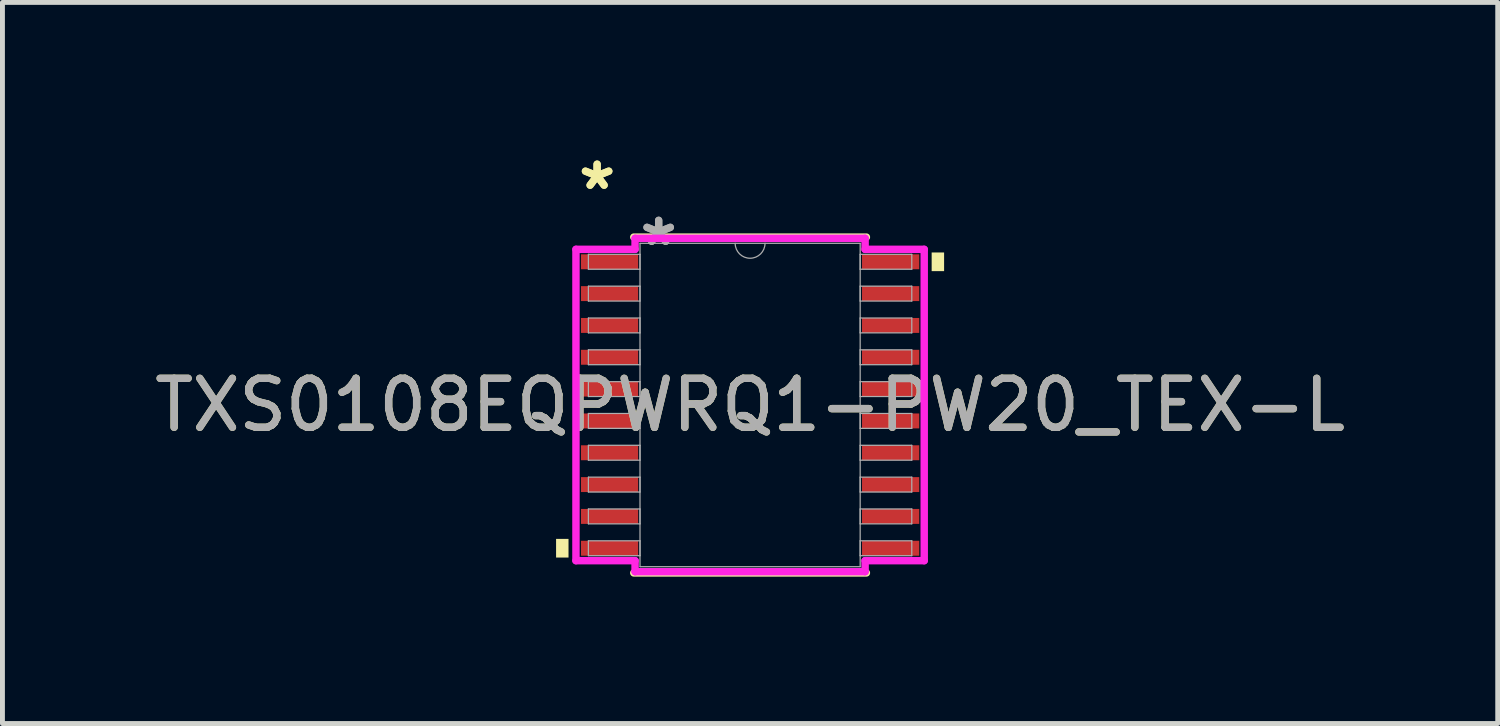
<source format=kicad_pcb>
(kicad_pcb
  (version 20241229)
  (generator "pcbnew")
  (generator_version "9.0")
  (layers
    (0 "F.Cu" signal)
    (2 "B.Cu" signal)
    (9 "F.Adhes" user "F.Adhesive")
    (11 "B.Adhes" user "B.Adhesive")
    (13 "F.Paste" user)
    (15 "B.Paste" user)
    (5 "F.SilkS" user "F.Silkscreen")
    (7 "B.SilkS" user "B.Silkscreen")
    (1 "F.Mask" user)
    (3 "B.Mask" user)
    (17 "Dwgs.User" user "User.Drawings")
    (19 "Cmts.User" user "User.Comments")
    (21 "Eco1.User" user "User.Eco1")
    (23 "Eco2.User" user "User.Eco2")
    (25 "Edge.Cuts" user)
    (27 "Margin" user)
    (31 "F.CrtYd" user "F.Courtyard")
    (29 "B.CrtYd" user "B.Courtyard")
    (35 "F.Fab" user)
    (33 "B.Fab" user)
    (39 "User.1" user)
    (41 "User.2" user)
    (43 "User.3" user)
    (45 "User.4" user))
  (footprint "TXS0108EQPWRQ1-PW20_TEX-L"
    (layer "F.Cu")
    (at 12.268 5.221)
    (property "Reference" "TXS0108EQPWRQ1-PW20_TEX-L" (at 0 0 0) (unlocked yes) (layer "F.SilkS") (effects (font (size 1 1) (thickness 0.15))))
    (attr smd)
    (fp_line (start -2.375 3.429) (end 2.375 3.429) (stroke (width 0.152) (type solid)) (layer "F.SilkS"))
    (fp_line (start 2.375 -3.429) (end -2.375 -3.429) (stroke (width 0.152) (type solid)) (layer "F.SilkS"))
    (fp_poly (pts (xy -3.962 2.734) (xy -3.962 3.115) (xy -3.708 3.115) (xy -3.708 2.734)) (stroke (width 0) (type solid)) (fill yes) (layer "F.SilkS"))
    (fp_poly (pts (xy 3.962 -3.115) (xy 3.962 -2.734) (xy 3.708 -2.734) (xy 3.708 -3.115)) (stroke (width 0) (type solid)) (fill yes) (layer "F.SilkS"))
    (fp_line (start -3.556 -3.179) (end -2.349 -3.179) (stroke (width 0.152) (type solid)) (layer "F.CrtYd"))
    (fp_line (start -3.556 3.179) (end -3.556 -3.179) (stroke (width 0.152) (type solid)) (layer "F.CrtYd"))
    (fp_line (start -3.556 3.179) (end -2.349 3.179) (stroke (width 0.152) (type solid)) (layer "F.CrtYd"))
    (fp_line (start -2.349 -3.404) (end 2.349 -3.404) (stroke (width 0.152) (type solid)) (layer "F.CrtYd"))
    (fp_line (start -2.349 -3.179) (end -2.349 -3.404) (stroke (width 0.152) (type solid)) (layer "F.CrtYd"))
    (fp_line (start -2.349 3.404) (end -2.349 3.179) (stroke (width 0.152) (type solid)) (layer "F.CrtYd"))
    (fp_line (start 2.349 -3.404) (end 2.349 -3.179) (stroke (width 0.152) (type solid)) (layer "F.CrtYd"))
    (fp_line (start 2.349 3.179) (end 2.349 3.404) (stroke (width 0.152) (type solid)) (layer "F.CrtYd"))
    (fp_line (start 2.349 3.404) (end -2.349 3.404) (stroke (width 0.152) (type solid)) (layer "F.CrtYd"))
    (fp_line (start 3.556 -3.179) (end 2.349 -3.179) (stroke (width 0.152) (type solid)) (layer "F.CrtYd"))
    (fp_line (start 3.556 -3.179) (end 3.556 3.179) (stroke (width 0.152) (type solid)) (layer "F.CrtYd"))
    (fp_line (start 3.556 3.179) (end 2.349 3.179) (stroke (width 0.152) (type solid)) (layer "F.CrtYd"))
    (fp_line (start -3.302 -3.077) (end -3.302 -2.773) (stroke (width 0.025) (type solid)) (layer "F.Fab"))
    (fp_line (start -3.302 -2.773) (end -2.248 -2.773) (stroke (width 0.025) (type solid)) (layer "F.Fab"))
    (fp_line (start -3.302 -2.427) (end -3.302 -2.123) (stroke (width 0.025) (type solid)) (layer "F.Fab"))
    (fp_line (start -3.302 -2.123) (end -2.248 -2.123) (stroke (width 0.025) (type solid)) (layer "F.Fab"))
    (fp_line (start -3.302 -1.777) (end -3.302 -1.473) (stroke (width 0.025) (type solid)) (layer "F.Fab"))
    (fp_line (start -3.302 -1.473) (end -2.248 -1.473) (stroke (width 0.025) (type solid)) (layer "F.Fab"))
    (fp_line (start -3.302 -1.127) (end -3.302 -0.823) (stroke (width 0.025) (type solid)) (layer "F.Fab"))
    (fp_line (start -3.302 -0.823) (end -2.248 -0.823) (stroke (width 0.025) (type solid)) (layer "F.Fab"))
    (fp_line (start -3.302 -0.477) (end -3.302 -0.173) (stroke (width 0.025) (type solid)) (layer "F.Fab"))
    (fp_line (start -3.302 -0.173) (end -2.248 -0.173) (stroke (width 0.025) (type solid)) (layer "F.Fab"))
    (fp_line (start -3.302 0.173) (end -3.302 0.477) (stroke (width 0.025) (type solid)) (layer "F.Fab"))
    (fp_line (start -3.302 0.477) (end -2.248 0.477) (stroke (width 0.025) (type solid)) (layer "F.Fab"))
    (fp_line (start -3.302 0.823) (end -3.302 1.127) (stroke (width 0.025) (type solid)) (layer "F.Fab"))
    (fp_line (start -3.302 1.127) (end -2.248 1.127) (stroke (width 0.025) (type solid)) (layer "F.Fab"))
    (fp_line (start -3.302 1.473) (end -3.302 1.777) (stroke (width 0.025) (type solid)) (layer "F.Fab"))
    (fp_line (start -3.302 1.777) (end -2.248 1.777) (stroke (width 0.025) (type solid)) (layer "F.Fab"))
    (fp_line (start -3.302 2.123) (end -3.302 2.427) (stroke (width 0.025) (type solid)) (layer "F.Fab"))
    (fp_line (start -3.302 2.427) (end -2.248 2.427) (stroke (width 0.025) (type solid)) (layer "F.Fab"))
    (fp_line (start -3.302 2.773) (end -3.302 3.077) (stroke (width 0.025) (type solid)) (layer "F.Fab"))
    (fp_line (start -3.302 3.077) (end -2.248 3.077) (stroke (width 0.025) (type solid)) (layer "F.Fab"))
    (fp_line (start -2.248 -3.302) (end -2.248 3.302) (stroke (width 0.025) (type solid)) (layer "F.Fab"))
    (fp_line (start -2.248 -3.077) (end -3.302 -3.077) (stroke (width 0.025) (type solid)) (layer "F.Fab"))
    (fp_line (start -2.248 -2.773) (end -2.248 -3.077) (stroke (width 0.025) (type solid)) (layer "F.Fab"))
    (fp_line (start -2.248 -2.427) (end -3.302 -2.427) (stroke (width 0.025) (type solid)) (layer "F.Fab"))
    (fp_line (start -2.248 -2.123) (end -2.248 -2.427) (stroke (width 0.025) (type solid)) (layer "F.Fab"))
    (fp_line (start -2.248 -1.777) (end -3.302 -1.777) (stroke (width 0.025) (type solid)) (layer "F.Fab"))
    (fp_line (start -2.248 -1.473) (end -2.248 -1.777) (stroke (width 0.025) (type solid)) (layer "F.Fab"))
    (fp_line (start -2.248 -1.127) (end -3.302 -1.127) (stroke (width 0.025) (type solid)) (layer "F.Fab"))
    (fp_line (start -2.248 -0.823) (end -2.248 -1.127) (stroke (width 0.025) (type solid)) (layer "F.Fab"))
    (fp_line (start -2.248 -0.477) (end -3.302 -0.477) (stroke (width 0.025) (type solid)) (layer "F.Fab"))
    (fp_line (start -2.248 -0.173) (end -2.248 -0.477) (stroke (width 0.025) (type solid)) (layer "F.Fab"))
    (fp_line (start -2.248 0.173) (end -3.302 0.173) (stroke (width 0.025) (type solid)) (layer "F.Fab"))
    (fp_line (start -2.248 0.477) (end -2.248 0.173) (stroke (width 0.025) (type solid)) (layer "F.Fab"))
    (fp_line (start -2.248 0.823) (end -3.302 0.823) (stroke (width 0.025) (type solid)) (layer "F.Fab"))
    (fp_line (start -2.248 1.127) (end -2.248 0.823) (stroke (width 0.025) (type solid)) (layer "F.Fab"))
    (fp_line (start -2.248 1.473) (end -3.302 1.473) (stroke (width 0.025) (type solid)) (layer "F.Fab"))
    (fp_line (start -2.248 1.777) (end -2.248 1.473) (stroke (width 0.025) (type solid)) (layer "F.Fab"))
    (fp_line (start -2.248 2.123) (end -3.302 2.123) (stroke (width 0.025) (type solid)) (layer "F.Fab"))
    (fp_line (start -2.248 2.427) (end -2.248 2.123) (stroke (width 0.025) (type solid)) (layer "F.Fab"))
    (fp_line (start -2.248 2.773) (end -3.302 2.773) (stroke (width 0.025) (type solid)) (layer "F.Fab"))
    (fp_line (start -2.248 3.077) (end -2.248 2.773) (stroke (width 0.025) (type solid)) (layer "F.Fab"))
    (fp_line (start -2.248 3.302) (end 2.248 3.302) (stroke (width 0.025) (type solid)) (layer "F.Fab"))
    (fp_line (start 2.248 -3.302) (end -2.248 -3.302) (stroke (width 0.025) (type solid)) (layer "F.Fab"))
    (fp_line (start 2.248 -3.077) (end 2.248 -2.773) (stroke (width 0.025) (type solid)) (layer "F.Fab"))
    (fp_line (start 2.248 -2.773) (end 3.302 -2.773) (stroke (width 0.025) (type solid)) (layer "F.Fab"))
    (fp_line (start 2.248 -2.427) (end 2.248 -2.123) (stroke (width 0.025) (type solid)) (layer "F.Fab"))
    (fp_line (start 2.248 -2.123) (end 3.302 -2.123) (stroke (width 0.025) (type solid)) (layer "F.Fab"))
    (fp_line (start 2.248 -1.777) (end 2.248 -1.473) (stroke (width 0.025) (type solid)) (layer "F.Fab"))
    (fp_line (start 2.248 -1.473) (end 3.302 -1.473) (stroke (width 0.025) (type solid)) (layer "F.Fab"))
    (fp_line (start 2.248 -1.127) (end 2.248 -0.823) (stroke (width 0.025) (type solid)) (layer "F.Fab"))
    (fp_line (start 2.248 -0.823) (end 3.302 -0.823) (stroke (width 0.025) (type solid)) (layer "F.Fab"))
    (fp_line (start 2.248 -0.477) (end 2.248 -0.173) (stroke (width 0.025) (type solid)) (layer "F.Fab"))
    (fp_line (start 2.248 -0.173) (end 3.302 -0.173) (stroke (width 0.025) (type solid)) (layer "F.Fab"))
    (fp_line (start 2.248 0.173) (end 2.248 0.477) (stroke (width 0.025) (type solid)) (layer "F.Fab"))
    (fp_line (start 2.248 0.477) (end 3.302 0.477) (stroke (width 0.025) (type solid)) (layer "F.Fab"))
    (fp_line (start 2.248 0.823) (end 2.248 1.127) (stroke (width 0.025) (type solid)) (layer "F.Fab"))
    (fp_line (start 2.248 1.127) (end 3.302 1.127) (stroke (width 0.025) (type solid)) (layer "F.Fab"))
    (fp_line (start 2.248 1.473) (end 2.248 1.777) (stroke (width 0.025) (type solid)) (layer "F.Fab"))
    (fp_line (start 2.248 1.777) (end 3.302 1.777) (stroke (width 0.025) (type solid)) (layer "F.Fab"))
    (fp_line (start 2.248 2.123) (end 2.248 2.427) (stroke (width 0.025) (type solid)) (layer "F.Fab"))
    (fp_line (start 2.248 2.427) (end 3.302 2.427) (stroke (width 0.025) (type solid)) (layer "F.Fab"))
    (fp_line (start 2.248 2.773) (end 2.248 3.077) (stroke (width 0.025) (type solid)) (layer "F.Fab"))
    (fp_line (start 2.248 3.077) (end 3.302 3.077) (stroke (width 0.025) (type solid)) (layer "F.Fab"))
    (fp_line (start 2.248 3.302) (end 2.248 -3.302) (stroke (width 0.025) (type solid)) (layer "F.Fab"))
    (fp_line (start 3.302 -3.077) (end 2.248 -3.077) (stroke (width 0.025) (type solid)) (layer "F.Fab"))
    (fp_line (start 3.302 -2.773) (end 3.302 -3.077) (stroke (width 0.025) (type solid)) (layer "F.Fab"))
    (fp_line (start 3.302 -2.427) (end 2.248 -2.427) (stroke (width 0.025) (type solid)) (layer "F.Fab"))
    (fp_line (start 3.302 -2.123) (end 3.302 -2.427) (stroke (width 0.025) (type solid)) (layer "F.Fab"))
    (fp_line (start 3.302 -1.777) (end 2.248 -1.777) (stroke (width 0.025) (type solid)) (layer "F.Fab"))
    (fp_line (start 3.302 -1.473) (end 3.302 -1.777) (stroke (width 0.025) (type solid)) (layer "F.Fab"))
    (fp_line (start 3.302 -1.127) (end 2.248 -1.127) (stroke (width 0.025) (type solid)) (layer "F.Fab"))
    (fp_line (start 3.302 -0.823) (end 3.302 -1.127) (stroke (width 0.025) (type solid)) (layer "F.Fab"))
    (fp_line (start 3.302 -0.477) (end 2.248 -0.477) (stroke (width 0.025) (type solid)) (layer "F.Fab"))
    (fp_line (start 3.302 -0.173) (end 3.302 -0.477) (stroke (width 0.025) (type solid)) (layer "F.Fab"))
    (fp_line (start 3.302 0.173) (end 2.248 0.173) (stroke (width 0.025) (type solid)) (layer "F.Fab"))
    (fp_line (start 3.302 0.477) (end 3.302 0.173) (stroke (width 0.025) (type solid)) (layer "F.Fab"))
    (fp_line (start 3.302 0.823) (end 2.248 0.823) (stroke (width 0.025) (type solid)) (layer "F.Fab"))
    (fp_line (start 3.302 1.127) (end 3.302 0.823) (stroke (width 0.025) (type solid)) (layer "F.Fab"))
    (fp_line (start 3.302 1.473) (end 2.248 1.473) (stroke (width 0.025) (type solid)) (layer "F.Fab"))
    (fp_line (start 3.302 1.777) (end 3.302 1.473) (stroke (width 0.025) (type solid)) (layer "F.Fab"))
    (fp_line (start 3.302 2.123) (end 2.248 2.123) (stroke (width 0.025) (type solid)) (layer "F.Fab"))
    (fp_line (start 3.302 2.427) (end 3.302 2.123) (stroke (width 0.025) (type solid)) (layer "F.Fab"))
    (fp_line (start 3.302 2.773) (end 2.248 2.773) (stroke (width 0.025) (type solid)) (layer "F.Fab"))
    (fp_line (start 3.302 3.077) (end 3.302 2.773) (stroke (width 0.025) (type solid)) (layer "F.Fab"))
    (fp_arc (start 0.3048 -3.302) (mid 0 -2.9972) (end -0.3048 -3.302) (stroke (width 0.0254) (type solid)) (layer "F.Fab"))
    (fp_text user "*" (at -3.124 -4.373 0) (unlocked yes) (layer "F.SilkS") (effects (font (size 1 1) (thickness 0.15))))
    (fp_text user "*" (at -3.124 -4.373 0) (layer "F.SilkS") (effects (font (size 1 1) (thickness 0.15))))
    (fp_text user "*" (at -1.867 -3.226 0) (unlocked yes) (layer "F.Fab") (effects (font (size 1 1) (thickness 0.15))))
    (fp_text user "${REFERENCE}" (at 0 0 0) (unlocked yes) (layer "F.Fab") (effects (font (size 1 1) (thickness 0.15))))
    (fp_text user "*" (at -1.867 -3.226 0) (layer "F.Fab") (effects (font (size 1 1) (thickness 0.15))))
    (pad "1" smd rect (at -2.87 -2.925) (size 1.168 0.305) (layers "F.Cu" "F.Mask" "F.Paste"))
    (pad "2" smd rect (at -2.87 -2.275) (size 1.168 0.305) (layers "F.Cu" "F.Mask" "F.Paste"))
    (pad "3" smd rect (at -2.87 -1.625) (size 1.168 0.305) (layers "F.Cu" "F.Mask" "F.Paste"))
    (pad "4" smd rect (at -2.87 -0.975) (size 1.168 0.305) (layers "F.Cu" "F.Mask" "F.Paste"))
    (pad "5" smd rect (at -2.87 -0.325) (size 1.168 0.305) (layers "F.Cu" "F.Mask" "F.Paste"))
    (pad "6" smd rect (at -2.87 0.325) (size 1.168 0.305) (layers "F.Cu" "F.Mask" "F.Paste"))
    (pad "7" smd rect (at -2.87 0.975) (size 1.168 0.305) (layers "F.Cu" "F.Mask" "F.Paste"))
    (pad "8" smd rect (at -2.87 1.625) (size 1.168 0.305) (layers "F.Cu" "F.Mask" "F.Paste"))
    (pad "9" smd rect (at -2.87 2.275) (size 1.168 0.305) (layers "F.Cu" "F.Mask" "F.Paste"))
    (pad "10" smd rect (at -2.87 2.925) (size 1.168 0.305) (layers "F.Cu" "F.Mask" "F.Paste"))
    (pad "11" smd rect (at 2.87 2.925) (size 1.168 0.305) (layers "F.Cu" "F.Mask" "F.Paste"))
    (pad "12" smd rect (at 2.87 2.275) (size 1.168 0.305) (layers "F.Cu" "F.Mask" "F.Paste"))
    (pad "13" smd rect (at 2.87 1.625) (size 1.168 0.305) (layers "F.Cu" "F.Mask" "F.Paste"))
    (pad "14" smd rect (at 2.87 0.975) (size 1.168 0.305) (layers "F.Cu" "F.Mask" "F.Paste"))
    (pad "15" smd rect (at 2.87 0.325) (size 1.168 0.305) (layers "F.Cu" "F.Mask" "F.Paste"))
    (pad "16" smd rect (at 2.87 -0.325) (size 1.168 0.305) (layers "F.Cu" "F.Mask" "F.Paste"))
    (pad "17" smd rect (at 2.87 -0.975) (size 1.168 0.305) (layers "F.Cu" "F.Mask" "F.Paste"))
    (pad "18" smd rect (at 2.87 -1.625) (size 1.168 0.305) (layers "F.Cu" "F.Mask" "F.Paste"))
    (pad "19" smd rect (at 2.87 -2.275) (size 1.168 0.305) (layers "F.Cu" "F.Mask" "F.Paste"))
    (pad "20" smd rect (at 2.87 -2.925) (size 1.168 0.305) (layers "F.Cu" "F.Mask" "F.Paste")))
  (gr_rect
    (start -3 -3)
    (end 27.536 11.726)
    (stroke (width 0.1) (type default))
    (fill no)
    (layer "Edge.Cuts")))
</source>
